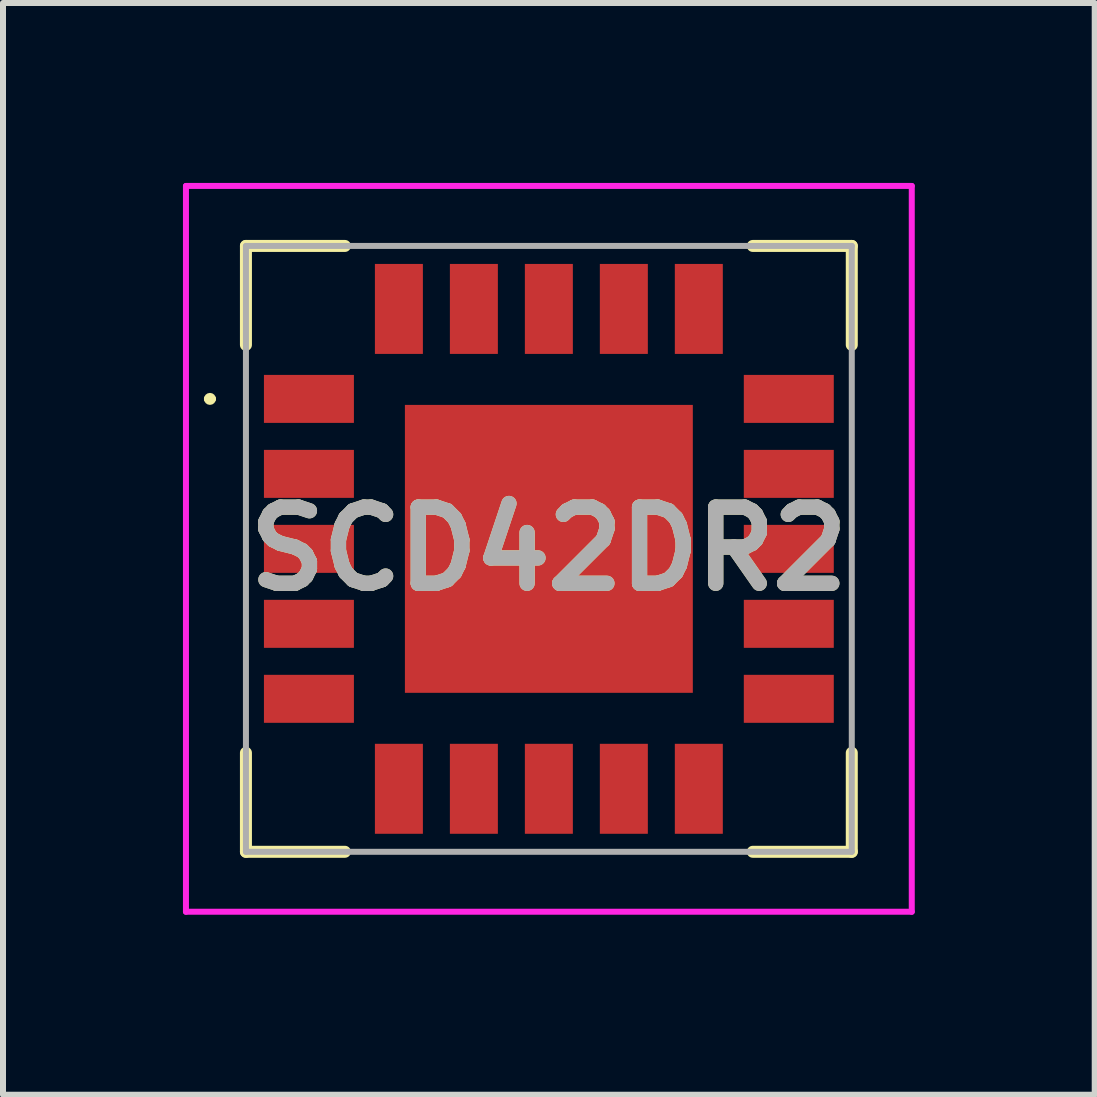
<source format=kicad_pcb>
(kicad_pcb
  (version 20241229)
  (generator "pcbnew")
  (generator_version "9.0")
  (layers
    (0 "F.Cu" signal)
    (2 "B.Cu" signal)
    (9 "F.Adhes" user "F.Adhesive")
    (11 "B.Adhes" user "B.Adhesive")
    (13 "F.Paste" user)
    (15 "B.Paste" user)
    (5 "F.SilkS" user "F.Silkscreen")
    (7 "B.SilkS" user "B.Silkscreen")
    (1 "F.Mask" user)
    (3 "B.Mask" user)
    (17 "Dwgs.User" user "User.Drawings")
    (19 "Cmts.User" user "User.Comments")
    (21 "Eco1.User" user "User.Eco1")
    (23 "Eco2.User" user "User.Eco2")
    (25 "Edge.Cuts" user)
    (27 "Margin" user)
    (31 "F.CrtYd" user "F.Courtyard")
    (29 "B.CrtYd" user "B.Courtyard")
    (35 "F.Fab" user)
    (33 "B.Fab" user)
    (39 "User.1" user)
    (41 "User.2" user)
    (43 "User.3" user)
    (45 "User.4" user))
  (footprint "SCD42DR2"
    (layer "F.Cu")
    (at 6.1 6.1)
    (property "Reference" "SCD42DR2" (at 0 0 0) (layer "F.SilkS") (effects (font (size 1.27 1.27) (thickness 0.254))))
    (attr smd)
    (fp_line (start -5.7 -2.5) (end -5.7 -2.5) (stroke (width 0.1) (type solid)) (layer "F.SilkS"))
    (fp_line (start -5.6 -2.5) (end -5.6 -2.5) (stroke (width 0.1) (type solid)) (layer "F.SilkS"))
    (fp_line (start -5.05 -5.05) (end -5.05 -3.4) (stroke (width 0.2) (type solid)) (layer "F.SilkS"))
    (fp_line (start -5.05 3.4) (end -5.05 5.05) (stroke (width 0.2) (type solid)) (layer "F.SilkS"))
    (fp_line (start -5.05 5.05) (end -3.4 5.05) (stroke (width 0.2) (type solid)) (layer "F.SilkS"))
    (fp_line (start -3.4 -5.05) (end -5.05 -5.05) (stroke (width 0.2) (type solid)) (layer "F.SilkS"))
    (fp_line (start 3.4 5.05) (end 5.05 5.05) (stroke (width 0.2) (type solid)) (layer "F.SilkS"))
    (fp_line (start 5.05 -5.05) (end 3.4 -5.05) (stroke (width 0.2) (type solid)) (layer "F.SilkS"))
    (fp_line (start 5.05 -3.4) (end 5.05 -5.05) (stroke (width 0.2) (type solid)) (layer "F.SilkS"))
    (fp_line (start 5.05 5.05) (end 5.05 3.4) (stroke (width 0.2) (type solid)) (layer "F.SilkS"))
    (fp_arc (start -5.7 -2.5) (mid -5.65 -2.55) (end -5.6 -2.5) (stroke (width 0.1) (type solid)) (layer "F.SilkS"))
    (fp_arc (start -5.6 -2.5) (mid -5.65 -2.45) (end -5.7 -2.5) (stroke (width 0.1) (type solid)) (layer "F.SilkS"))
    (fp_line (start -6.05 -6.05) (end 6.05 -6.05) (stroke (width 0.1) (type solid)) (layer "F.CrtYd"))
    (fp_line (start -6.05 6.05) (end -6.05 -6.05) (stroke (width 0.1) (type solid)) (layer "F.CrtYd"))
    (fp_line (start 6.05 -6.05) (end 6.05 6.05) (stroke (width 0.1) (type solid)) (layer "F.CrtYd"))
    (fp_line (start 6.05 6.05) (end -6.05 6.05) (stroke (width 0.1) (type solid)) (layer "F.CrtYd"))
    (fp_line (start -5.05 -5.05) (end -5.05 5.05) (stroke (width 0.1) (type solid)) (layer "F.Fab"))
    (fp_line (start -5.05 5.05) (end 5.05 5.05) (stroke (width 0.1) (type solid)) (layer "F.Fab"))
    (fp_line (start 5.05 -5.05) (end -5.05 -5.05) (stroke (width 0.1) (type solid)) (layer "F.Fab"))
    (fp_line (start 5.05 5.05) (end 5.05 -5.05) (stroke (width 0.1) (type solid)) (layer "F.Fab"))
    (fp_text user "${REFERENCE}" (at 0 0 0) (layer "F.Fab") (effects (font (size 1.27 1.27) (thickness 0.254))))
    (pad "1" smd rect (at -4 -2.5 90) (size 0.8 1.5) (layers "F.Cu" "F.Mask" "F.Paste"))
    (pad "2" smd rect (at -4 -1.25 90) (size 0.8 1.5) (layers "F.Cu" "F.Mask" "F.Paste"))
    (pad "3" smd rect (at -4 0 90) (size 0.8 1.5) (layers "F.Cu" "F.Mask" "F.Paste"))
    (pad "4" smd rect (at -4 1.25 90) (size 0.8 1.5) (layers "F.Cu" "F.Mask" "F.Paste"))
    (pad "5" smd rect (at -4 2.5 90) (size 0.8 1.5) (layers "F.Cu" "F.Mask" "F.Paste"))
    (pad "6" smd rect (at -2.5 4) (size 0.8 1.5) (layers "F.Cu" "F.Mask" "F.Paste"))
    (pad "7" smd rect (at -1.25 4) (size 0.8 1.5) (layers "F.Cu" "F.Mask" "F.Paste"))
    (pad "8" smd rect (at 0 4) (size 0.8 1.5) (layers "F.Cu" "F.Mask" "F.Paste"))
    (pad "9" smd rect (at 1.25 4) (size 0.8 1.5) (layers "F.Cu" "F.Mask" "F.Paste"))
    (pad "10" smd rect (at 2.5 4) (size 0.8 1.5) (layers "F.Cu" "F.Mask" "F.Paste"))
    (pad "11" smd rect (at 4 2.5 90) (size 0.8 1.5) (layers "F.Cu" "F.Mask" "F.Paste"))
    (pad "12" smd rect (at 4 1.25 90) (size 0.8 1.5) (layers "F.Cu" "F.Mask" "F.Paste"))
    (pad "13" smd rect (at 4 0 90) (size 0.8 1.5) (layers "F.Cu" "F.Mask" "F.Paste"))
    (pad "14" smd rect (at 4 -1.25 90) (size 0.8 1.5) (layers "F.Cu" "F.Mask" "F.Paste"))
    (pad "15" smd rect (at 4 -2.5 90) (size 0.8 1.5) (layers "F.Cu" "F.Mask" "F.Paste"))
    (pad "16" smd rect (at 2.5 -4) (size 0.8 1.5) (layers "F.Cu" "F.Mask" "F.Paste"))
    (pad "17" smd rect (at 1.25 -4) (size 0.8 1.5) (layers "F.Cu" "F.Mask" "F.Paste"))
    (pad "18" smd rect (at 0 -4) (size 0.8 1.5) (layers "F.Cu" "F.Mask" "F.Paste"))
    (pad "19" smd rect (at -1.25 -4) (size 0.8 1.5) (layers "F.Cu" "F.Mask" "F.Paste"))
    (pad "20" smd rect (at -2.5 -4) (size 0.8 1.5) (layers "F.Cu" "F.Mask" "F.Paste"))
    (pad "21" smd rect (at 0 0 90) (size 4.8 4.8) (layers "F.Cu" "F.Mask" "F.Paste")))
  (gr_rect
    (start -3 -3)
    (end 15.2 15.2)
    (stroke (width 0.1) (type default))
    (fill no)
    (layer "Edge.Cuts")))
</source>
